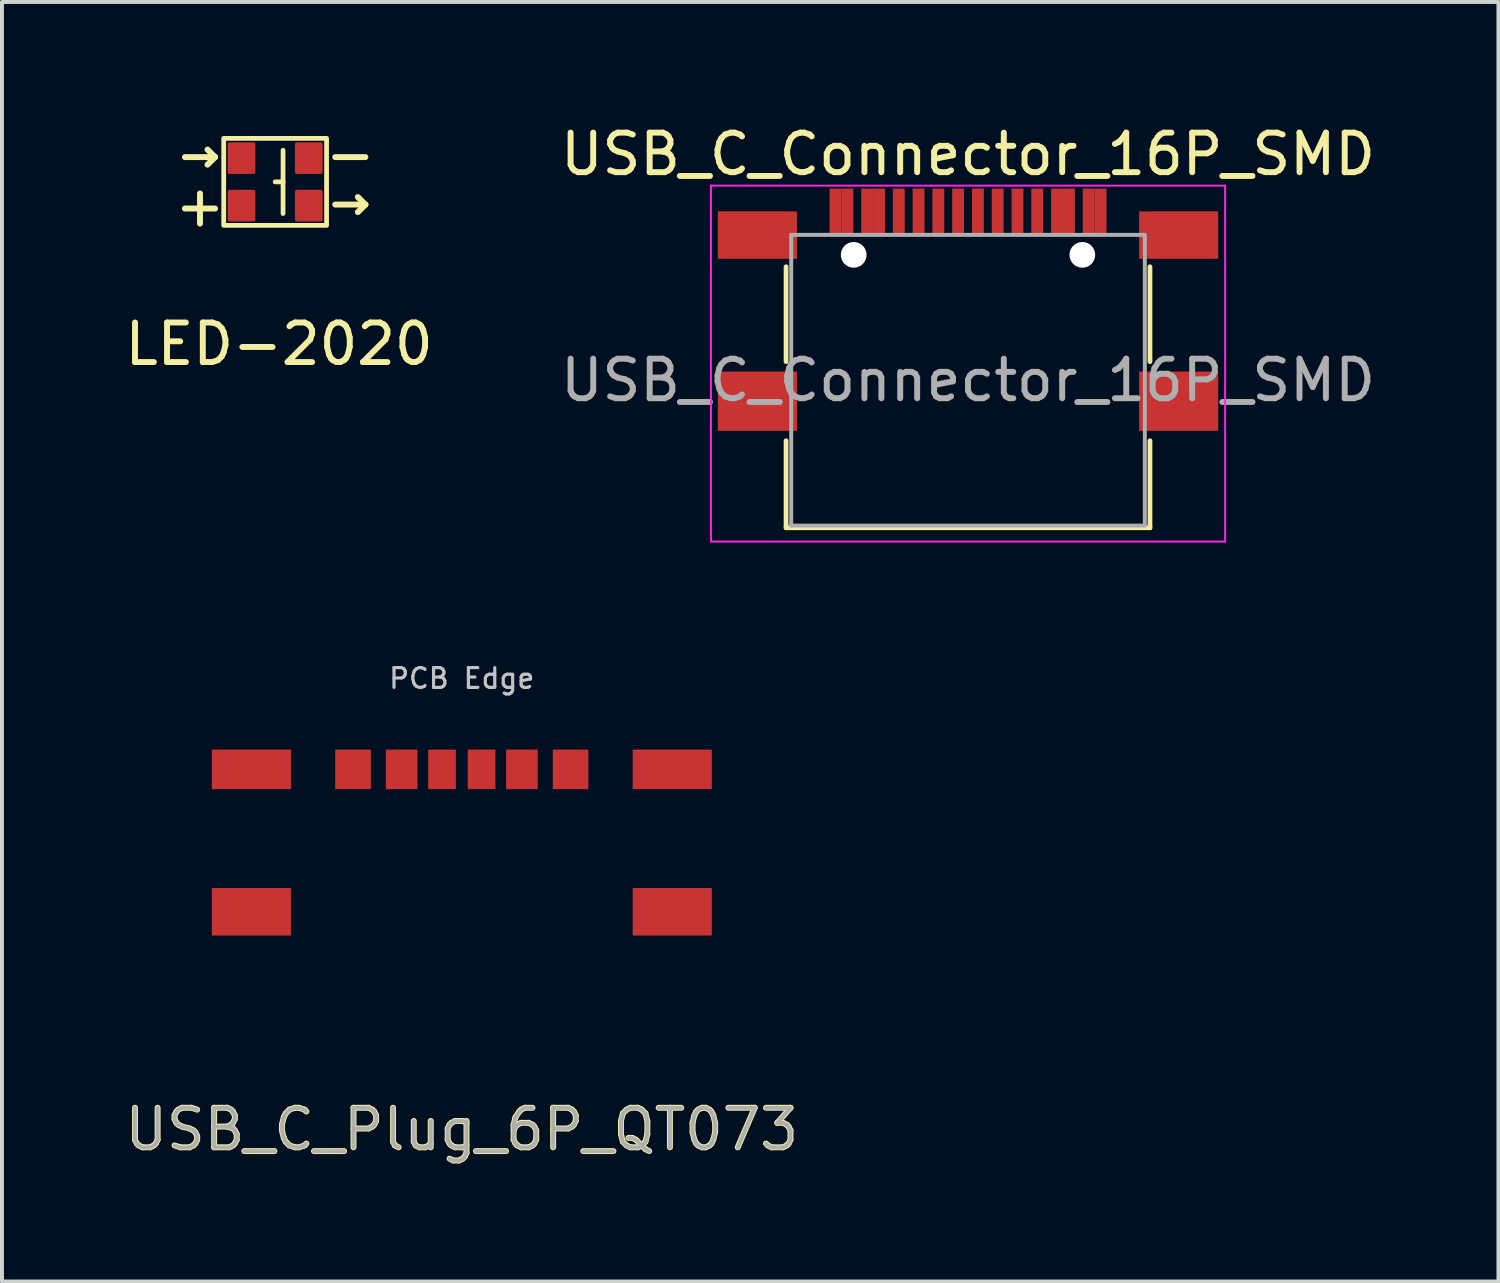
<source format=kicad_pcb>
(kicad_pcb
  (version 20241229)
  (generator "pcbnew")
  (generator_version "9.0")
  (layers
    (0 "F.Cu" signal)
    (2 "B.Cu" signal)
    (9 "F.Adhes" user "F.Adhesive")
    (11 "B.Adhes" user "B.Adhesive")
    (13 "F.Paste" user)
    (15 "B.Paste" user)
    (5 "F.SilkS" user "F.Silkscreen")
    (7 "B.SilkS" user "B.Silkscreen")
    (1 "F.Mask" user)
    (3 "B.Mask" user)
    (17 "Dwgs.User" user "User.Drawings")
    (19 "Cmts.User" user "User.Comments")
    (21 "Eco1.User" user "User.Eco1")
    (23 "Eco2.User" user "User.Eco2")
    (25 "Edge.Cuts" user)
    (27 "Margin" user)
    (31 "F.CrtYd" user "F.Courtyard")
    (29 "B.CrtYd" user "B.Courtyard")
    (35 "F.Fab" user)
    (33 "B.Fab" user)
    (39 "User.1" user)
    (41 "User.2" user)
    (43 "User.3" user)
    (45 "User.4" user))
  (footprint "LED-2020"
    (layer "F.Cu")
    (at 3.906 1.548)
    (property "Reference" "LED-2020" (at 0.1 4.1 0) (unlocked yes) (layer "F.SilkS") (effects (font (size 1 1) (thickness 0.15))))
    (attr smd)
    (fp_line (start 0.2 -0.8) (end 0.2 0.8) (stroke (width 0.12) (type solid)) (layer "F.SilkS"))
    (fp_line (start 0.2 0) (end 0 0) (stroke (width 0.12) (type solid)) (layer "F.SilkS"))
    (fp_rect (start -1.3 1.1) (end 1.3 -1.1) (stroke (width 0.12) (type solid)) (fill no) (layer "F.SilkS"))
    (fp_text user "+" (at -1.9 0.6 0) (unlocked yes) (layer "F.SilkS") (effects (font (size 1 1) (thickness 0.15))))
    (fp_text user "-" (at 1.9 -0.7 0) (unlocked yes) (layer "F.SilkS") (effects (font (size 1 1) (thickness 0.15))))
    (fp_text user "→" (at 1.9 0.5 0) (unlocked yes) (layer "F.SilkS") (effects (font (size 1 1) (thickness 0.15))))
    (fp_text user "→" (at -1.9 -0.7 0) (unlocked yes) (layer "F.SilkS") (effects (font (size 1 1) (thickness 0.15))))
    (pad "1" smd roundrect (at 0.85 0.6) (size 0.7 0.8) (layers "F.Cu" "F.Mask" "F.Paste") (roundrect_rratio 0.066))
    (pad "2" smd roundrect (at 0.85 -0.6) (size 0.7 0.8) (layers "F.Cu" "F.Mask" "F.Paste") (roundrect_rratio 0.066))
    (pad "3" smd roundrect (at -0.85 -0.6) (size 0.7 0.8) (layers "F.Cu" "F.Mask" "F.Paste") (roundrect_rratio 0.066))
    (pad "4" smd roundrect (at -0.85 0.6) (size 0.7 0.8) (layers "F.Cu" "F.Mask" "F.Paste") (roundrect_rratio 0.066)))
  (footprint "USB_C_Plug_6P_QT073"
    (layer "F.Cu")
    (at 8.625 16.401)
    (property "Reference" "USB_C_Plug_6P_QT073" (at 0 9.1 0) (layer "F.SilkS") (effects (font (size 1 1) (thickness 0.15))))
    (attr smd)
    (fp_line (start -6.4 6.4) (end -6.4 -0.8) (stroke (width 0.12) (type solid)) (layer "Margin"))
    (fp_line (start -6.4 6.4) (end 6.4 6.4) (stroke (width 0.12) (type solid)) (layer "Margin"))
    (fp_line (start 6.4 -0.8) (end -6.4 -0.8) (stroke (width 0.12) (type solid)) (layer "Margin"))
    (fp_line (start 6.4 6.4) (end 6.4 -0.8) (stroke (width 0.12) (type solid)) (layer "Margin"))
    (fp_text user "PCB Edge" (at 0 -2.3 0) (layer "Dwgs.User") (effects (font (size 0.5 0.5) (thickness 0.08))))
    (fp_text user "${REFERENCE}" (at 0 9.1 0) (layer "F.Fab") (effects (font (size 1 1) (thickness 0.1))))
    (pad "A5" smd rect (at -0.5 0) (size 0.7 1) (layers "F.Cu" "B.Mask" "B.Paste"))
    (pad "A9" smd rect (at 1.52 0) (size 0.8 1) (layers "F.Cu" "F.Mask" "F.Paste"))
    (pad "A12" smd rect (at 2.75 0) (size 0.9 1) (layers "F.Cu" "F.Mask" "F.Paste"))
    (pad "B5" smd rect (at 0.5 0) (size 0.7 1) (layers "F.Cu" "B.Mask" "B.Paste"))
    (pad "B9" smd rect (at -1.52 0) (size 0.8 1) (layers "F.Cu" "F.Mask" "F.Paste"))
    (pad "B12" smd rect (at -2.75 0) (size 0.9 1) (layers "F.Cu" "F.Mask" "F.Paste"))
    (pad "S1" smd rect (at -5.32 0 270) (size 1 2) (layers "F.Cu" "B.Mask" "B.Paste"))
    (pad "S1" smd rect (at -5.32 3.6 270) (size 1.2 2) (layers "F.Cu" "B.Mask" "B.Paste"))
    (pad "S1" smd rect (at 5.32 0 90) (size 1 2) (layers "F.Cu" "B.Mask" "B.Paste"))
    (pad "S1" smd rect (at 5.32 3.6 90) (size 1.2 2) (layers "F.Cu" "B.Mask" "B.Paste")))
  (footprint "USB_C_Connector_16P_SMD"
    (layer "F.Cu")
    (at 21.423 2.893)
    (property "Reference" "USB_C_Connector_16P_SMD" (at 0 -2.045 0) (layer "F.SilkS") (effects (font (size 1 1) (thickness 0.15))))
    (attr smd)
    (fp_line (start -4.6 0.8) (end -4.6 3.2) (stroke (width 0.12) (type solid)) (layer "F.SilkS"))
    (fp_line (start -4.6 7.4) (end -4.6 5.2) (stroke (width 0.12) (type solid)) (layer "F.SilkS"))
    (fp_line (start 4.6 3.2) (end 4.6 0.8) (stroke (width 0.12) (type solid)) (layer "F.SilkS"))
    (fp_line (start 4.6 5.2) (end 4.6 7.4) (stroke (width 0.12) (type solid)) (layer "F.SilkS"))
    (fp_line (start 4.6 7.4) (end -4.6 7.4) (stroke (width 0.12) (type solid)) (layer "F.SilkS"))
    (fp_line (start -6.5 -1.25) (end 6.5 -1.25) (stroke (width 0.05) (type solid)) (layer "F.CrtYd"))
    (fp_line (start -6.5 7.715) (end -6.5 -1.25) (stroke (width 0.05) (type solid)) (layer "F.CrtYd"))
    (fp_line (start 6.5 -1.25) (end 6.5 7.75) (stroke (width 0.05) (type solid)) (layer "F.CrtYd"))
    (fp_line (start 6.5 7.75) (end -6.5 7.75) (stroke (width 0.05) (type solid)) (layer "F.CrtYd"))
    (fp_line (start -4.47 -0.005) (end -4.47 7.345) (stroke (width 0.1) (type solid)) (layer "F.Fab"))
    (fp_line (start -4.47 -0.005) (end 4.47 -0.005) (stroke (width 0.1) (type solid)) (layer "F.Fab"))
    (fp_line (start -4.47 7.345) (end 4.47 7.345) (stroke (width 0.1) (type solid)) (layer "F.Fab"))
    (fp_line (start 4.47 7.345) (end 4.47 -0.005) (stroke (width 0.1) (type solid)) (layer "F.Fab"))
    (fp_text user "${REFERENCE}" (at 0 3.67 0) (layer "F.Fab") (effects (font (size 1 1) (thickness 0.15))))
    (pad "" np_thru_hole circle (at -2.89 0.5) (size 0.65 0.65) (drill 0.65) (layers "*.Cu" "*.Mask"))
    (pad "" np_thru_hole circle (at 2.89 0.5) (size 0.65 0.65) (drill 0.65) (layers "*.Cu" "*.Mask"))
    (pad "A1" smd rect (at -3.35 -0.6) (size 0.3 1.15) (layers "F.Cu" "F.Mask" "F.Paste"))
    (pad "A4" smd rect (at -2.55 -0.6) (size 0.3 1.15) (layers "F.Cu" "F.Mask" "F.Paste"))
    (pad "A5" smd rect (at -1.25 -0.6) (size 0.3 1.15) (layers "F.Cu" "F.Mask" "F.Paste"))
    (pad "A6" smd rect (at -0.25 -0.6) (size 0.3 1.15) (layers "F.Cu" "F.Mask" "F.Paste"))
    (pad "A7" smd rect (at 0.25 -0.6) (size 0.3 1.15) (layers "F.Cu" "F.Mask" "F.Paste"))
    (pad "A8" smd rect (at 1.25 -0.6) (size 0.3 1.15) (layers "F.Cu" "F.Mask" "F.Paste"))
    (pad "A9" smd rect (at 2.55 -0.6) (size 0.3 1.15) (layers "F.Cu" "F.Mask" "F.Paste"))
    (pad "A12" smd rect (at 3.35 -0.6) (size 0.3 1.15) (layers "F.Cu" "F.Mask" "F.Paste"))
    (pad "B1" smd rect (at 3.05 -0.6) (size 0.3 1.15) (layers "F.Cu" "F.Mask" "F.Paste"))
    (pad "B4" smd rect (at 2.25 -0.6) (size 0.3 1.15) (layers "F.Cu" "F.Mask" "F.Paste"))
    (pad "B5" smd rect (at 1.75 -0.6) (size 0.3 1.15) (layers "F.Cu" "F.Mask" "F.Paste"))
    (pad "B6" smd rect (at 0.75 -0.6) (size 0.3 1.15) (layers "F.Cu" "F.Mask" "F.Paste"))
    (pad "B7" smd rect (at -0.75 -0.6) (size 0.3 1.15) (layers "F.Cu" "F.Mask" "F.Paste"))
    (pad "B8" smd rect (at -1.75 -0.6) (size 0.3 1.15) (layers "F.Cu" "F.Mask" "F.Paste"))
    (pad "B9" smd rect (at -2.25 -0.6) (size 0.3 1.15) (layers "F.Cu" "F.Mask" "F.Paste"))
    (pad "B12" smd rect (at -3.05 -0.6) (size 0.3 1.15) (layers "F.Cu" "F.Mask" "F.Paste"))
    (pad "S1" smd rect (at -5.325 0 270) (size 1.2 2) (layers "F.Cu" "F.Mask" "F.Paste"))
    (pad "S1" smd rect (at -5.325 4.2 270) (size 1.5 2) (layers "F.Cu" "F.Mask" "F.Paste"))
    (pad "S1" smd rect (at 5.325 0 90) (size 1.2 2) (layers "F.Cu" "F.Mask" "F.Paste"))
    (pad "S1" smd rect (at 5.325 4.2 90) (size 1.5 2) (layers "F.Cu" "F.Mask" "F.Paste")))
  (gr_rect
    (start -3 -3)
    (end 34.833 29.349)
    (stroke (width 0.1) (type default))
    (fill no)
    (layer "Edge.Cuts")))
</source>
